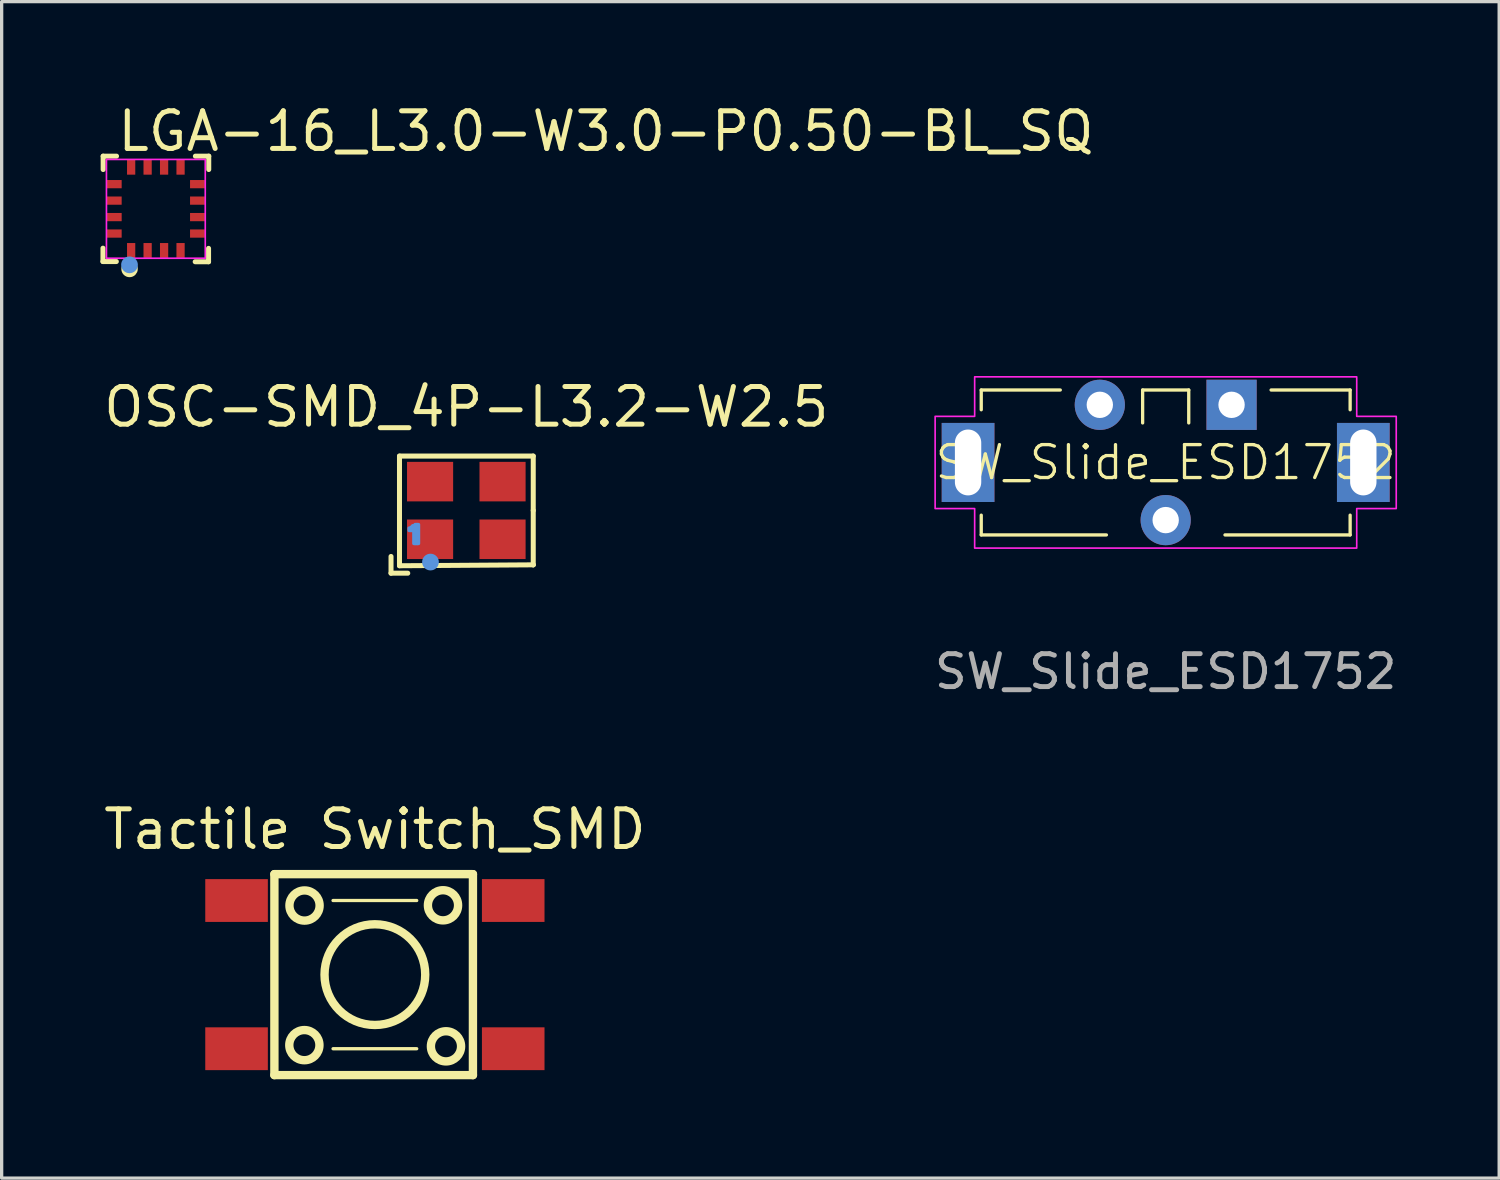
<source format=kicad_pcb>
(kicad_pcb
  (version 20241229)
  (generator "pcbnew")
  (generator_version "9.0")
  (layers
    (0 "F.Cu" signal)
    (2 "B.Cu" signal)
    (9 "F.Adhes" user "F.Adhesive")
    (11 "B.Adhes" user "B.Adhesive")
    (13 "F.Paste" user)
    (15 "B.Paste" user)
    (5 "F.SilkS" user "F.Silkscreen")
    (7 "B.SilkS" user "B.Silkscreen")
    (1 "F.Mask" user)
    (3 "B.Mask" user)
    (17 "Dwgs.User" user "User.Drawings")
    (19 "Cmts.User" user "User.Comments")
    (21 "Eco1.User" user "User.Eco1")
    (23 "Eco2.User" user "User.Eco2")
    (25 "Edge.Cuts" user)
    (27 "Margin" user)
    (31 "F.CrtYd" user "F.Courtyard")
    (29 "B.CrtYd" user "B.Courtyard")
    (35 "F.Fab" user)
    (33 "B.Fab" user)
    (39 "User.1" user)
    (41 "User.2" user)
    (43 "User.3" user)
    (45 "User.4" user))
  (footprint "OSC-SMD_4P-L3.2-W2.5"
    (layer "F.Cu")
    (at 11.108 12.448)
    (property "Reference" "OSC-SMD_4P-L3.2-W2.5" (at 0 -3.81 0) (layer "F.SilkS") (effects (font (size 1.143 1.143) (thickness 0.152)) (justify top)))
    (attr smd)
    (fp_line (start -2.286 1.397) (end -2.286 1.905) (stroke (width 0.152) (type solid)) (layer "F.SilkS"))
    (fp_line (start -2.286 1.905) (end -1.778 1.905) (stroke (width 0.152) (type solid)) (layer "F.SilkS"))
    (fp_line (start -2.029 -1.651) (end 2.032 -1.651) (stroke (width 0.152) (type solid)) (layer "F.SilkS"))
    (fp_line (start -2.029 1.679) (end -2.029 -1.651) (stroke (width 0.152) (type solid)) (layer "F.SilkS"))
    (fp_line (start 2.032 -1.651) (end 2.032 0) (stroke (width 0.152) (type solid)) (layer "F.SilkS"))
    (fp_line (start 2.032 0) (end 2.032 1.651) (stroke (width 0.152) (type solid)) (layer "F.SilkS"))
    (fp_line (start 2.032 1.651) (end -2.029 1.679) (stroke (width 0.152) (type solid)) (layer "F.SilkS"))
    (fp_line (start 2.032 1.651) (end 2.032 1.651) (stroke (width 0.152) (type solid)) (layer "F.SilkS"))
    (fp_circle (center -1.088 1.567) (end -0.961 1.567) (stroke (width 0.254) (type solid)) (fill no) (layer "Cmts.User"))
    (fp_poly (pts (xy -1.738 0.536) (xy -1.702 0.536) (xy -1.702 0.608) (xy -1.738 0.608)) (stroke (width 0.1) (type solid)) (fill no) (layer "Cmts.User"))
    (fp_poly (pts (xy -1.702 0.536) (xy -1.666 0.536) (xy -1.666 0.608) (xy -1.702 0.608)) (stroke (width 0.1) (type solid)) (fill no) (layer "Cmts.User"))
    (fp_poly (pts (xy -1.666 0.5) (xy -1.63 0.5) (xy -1.63 0.608) (xy -1.666 0.608)) (stroke (width 0.1) (type solid)) (fill no) (layer "Cmts.User"))
    (fp_poly (pts (xy -1.63 0.464) (xy -1.594 0.464) (xy -1.594 0.572) (xy -1.63 0.572)) (stroke (width 0.1) (type solid)) (fill no) (layer "Cmts.User"))
    (fp_poly (pts (xy -1.594 0.464) (xy -1.558 0.464) (xy -1.558 1.004) (xy -1.594 1.004)) (stroke (width 0.1) (type solid)) (fill no) (layer "Cmts.User"))
    (fp_poly (pts (xy -1.558 0.428) (xy -1.522 0.428) (xy -1.522 1.004) (xy -1.558 1.004)) (stroke (width 0.1) (type solid)) (fill no) (layer "Cmts.User"))
    (fp_poly (pts (xy -1.522 0.428) (xy -1.486 0.428) (xy -1.486 1.004) (xy -1.522 1.004)) (stroke (width 0.1) (type solid)) (fill no) (layer "Cmts.User"))
    (fp_poly (pts (xy -1.486 0.428) (xy -1.45 0.428) (xy -1.45 1.004) (xy -1.486 1.004)) (stroke (width 0.1) (type solid)) (fill no) (layer "Cmts.User"))
    (pad "1" smd rect (at -1.1 0.875) (size 1.4 1.2) (layers "F.Cu" "F.Mask" "F.Paste"))
    (pad "2" smd rect (at 1.1 0.875) (size 1.4 1.2) (layers "F.Cu" "F.Mask" "F.Paste"))
    (pad "3" smd rect (at 1.1 -0.875) (size 1.4 1.2) (layers "F.Cu" "F.Mask" "F.Paste"))
    (pad "4" smd rect (at -1.1 -0.875) (size 1.4 1.2) (layers "F.Cu" "F.Mask" "F.Paste")))
  (footprint "LGA-16_L3.0-W3.0-P0.50-BL_SQ"
    (layer "F.Cu")
    (at 1.682 3.291)
    (property "Reference" "LGA-16_L3.0-W3.0-P0.50-BL_SQ" (at -1.239 -2.355 0) (layer "F.SilkS") (effects (font (size 1.143 1.143) (thickness 0.152)) (justify left)))
    (attr smd)
    (fp_line (start -1.606 1.6) (end -1.606 1.194) (stroke (width 0.152) (type solid)) (layer "F.SilkS"))
    (fp_line (start -1.6 -1.6) (end -1.194 -1.6) (stroke (width 0.152) (type solid)) (layer "F.SilkS"))
    (fp_line (start -1.6 -1.194) (end -1.6 -1.6) (stroke (width 0.152) (type solid)) (layer "F.SilkS"))
    (fp_line (start -1.2 1.6) (end -1.606 1.6) (stroke (width 0.152) (type solid)) (layer "F.SilkS"))
    (fp_line (start 1.2 -1.6) (end 1.606 -1.6) (stroke (width 0.152) (type solid)) (layer "F.SilkS"))
    (fp_line (start 1.6 1.2) (end 1.6 1.606) (stroke (width 0.152) (type solid)) (layer "F.SilkS"))
    (fp_line (start 1.6 1.606) (end 1.194 1.606) (stroke (width 0.152) (type solid)) (layer "F.SilkS"))
    (fp_line (start 1.606 -1.6) (end 1.606 -1.194) (stroke (width 0.152) (type solid)) (layer "F.SilkS"))
    (fp_arc (start -0.797 1.7) (mid -0.79973 1.950014) (end -0.79954 1.699985) (stroke (width 0.25) (type solid)) (layer "F.SilkS"))
    (fp_circle (center -0.8 1.7) (end -0.673 1.7) (stroke (width 0.254) (type solid)) (fill no) (layer "Cmts.User"))
    (fp_rect (start -1.5 -1.5) (end 1.5 1.5) (stroke (width 0.05) (type default)) (fill no) (layer "F.CrtYd"))
    (pad "1" smd rect (at -0.75 1.263 180) (size 0.25 0.45) (layers "F.Cu" "F.Mask" "F.Paste"))
    (pad "2" smd rect (at -0.25 1.263 180) (size 0.25 0.45) (layers "F.Cu" "F.Mask" "F.Paste"))
    (pad "3" smd rect (at 0.25 1.263 180) (size 0.25 0.45) (layers "F.Cu" "F.Mask" "F.Paste"))
    (pad "4" smd rect (at 0.75 1.263 180) (size 0.25 0.45) (layers "F.Cu" "F.Mask" "F.Paste"))
    (pad "5" smd rect (at 1.263 0.75 90) (size 0.25 0.45) (layers "F.Cu" "F.Mask" "F.Paste"))
    (pad "6" smd rect (at 1.263 0.25 90) (size 0.25 0.45) (layers "F.Cu" "F.Mask" "F.Paste"))
    (pad "7" smd rect (at 1.263 -0.25 90) (size 0.25 0.45) (layers "F.Cu" "F.Mask" "F.Paste"))
    (pad "8" smd rect (at 1.263 -0.75 90) (size 0.25 0.45) (layers "F.Cu" "F.Mask" "F.Paste"))
    (pad "9" smd rect (at 0.75 -1.263 180) (size 0.25 0.45) (layers "F.Cu" "F.Mask" "F.Paste"))
    (pad "10" smd rect (at 0.25 -1.263 180) (size 0.25 0.45) (layers "F.Cu" "F.Mask" "F.Paste"))
    (pad "11" smd rect (at -0.25 -1.263 180) (size 0.25 0.45) (layers "F.Cu" "F.Mask" "F.Paste"))
    (pad "12" smd rect (at -0.75 -1.263 180) (size 0.25 0.45) (layers "F.Cu" "F.Mask" "F.Paste"))
    (pad "13" smd rect (at -1.263 -0.75 90) (size 0.25 0.45) (layers "F.Cu" "F.Mask" "F.Paste"))
    (pad "14" smd rect (at -1.263 -0.25 90) (size 0.25 0.45) (layers "F.Cu" "F.Mask" "F.Paste"))
    (pad "15" smd rect (at -1.263 0.25 90) (size 0.25 0.45) (layers "F.Cu" "F.Mask" "F.Paste"))
    (pad "16" smd rect (at -1.263 0.75 90) (size 0.25 0.45) (layers "F.Cu" "F.Mask" "F.Paste")))
  (footprint "SW_Slide_ESD1752"
    (layer "F.Cu")
    (at 32.342 10.991)
    (property "Reference" "SW_Slide_ESD1752" (at 0 0 0) (unlocked yes) (layer "F.SilkS") (effects (font (size 1 1) (thickness 0.1))))
    (attr through_hole)
    (fp_line (start -5.6 -2.2) (end -5.6 -1.6) (stroke (width 0.1) (type default)) (layer "F.SilkS"))
    (fp_line (start -5.6 -2.2) (end -3.2 -2.2) (stroke (width 0.1) (type default)) (layer "F.SilkS"))
    (fp_line (start -5.6 2.2) (end -5.6 1.6) (stroke (width 0.1) (type default)) (layer "F.SilkS"))
    (fp_line (start -1.8 2.2) (end -5.6 2.2) (stroke (width 0.1) (type default)) (layer "F.SilkS"))
    (fp_line (start -0.7 -1.2) (end -0.7 -2.2) (stroke (width 0.1) (type default)) (layer "F.SilkS"))
    (fp_line (start 0.7 -2.2) (end -0.7 -2.2) (stroke (width 0.1) (type default)) (layer "F.SilkS"))
    (fp_line (start 0.7 -1.2) (end 0.7 -2.2) (stroke (width 0.1) (type default)) (layer "F.SilkS"))
    (fp_line (start 3.2 -2.2) (end 5.6 -2.2) (stroke (width 0.1) (type default)) (layer "F.SilkS"))
    (fp_line (start 5.6 -2.2) (end 5.6 -1.6) (stroke (width 0.1) (type default)) (layer "F.SilkS"))
    (fp_line (start 5.6 2.2) (end 1.8 2.2) (stroke (width 0.1) (type default)) (layer "F.SilkS"))
    (fp_line (start 5.6 2.2) (end 5.6 1.6) (stroke (width 0.1) (type default)) (layer "F.SilkS"))
    (fp_poly (pts (xy 5.8 2.6) (xy -5.8 2.6) (xy -5.8 1.4) (xy -7 1.4) (xy -7 -1.4) (xy -5.8 -1.4) (xy -5.8 -2.6) (xy 5.8 -2.6) (xy 5.8 -1.4) (xy 7 -1.4) (xy 7 1.4) (xy 5.8 1.4)) (stroke (width 0.05) (type solid)) (fill no) (layer "F.CrtYd"))
    (fp_text user "${REFERENCE}" (at 0 6.35 0) (unlocked yes) (layer "F.Fab") (effects (font (size 1 1) (thickness 0.15))))
    (pad "" np_thru_hole rect (at -6 0) (size 1.6 2.4) (drill oval 0.8 2) (layers "*.Cu" "*.Mask"))
    (pad "" np_thru_hole rect (at 6 0) (size 1.6 2.4) (drill oval 0.8 2) (layers "*.Cu" "*.Mask"))
    (pad "1" thru_hole rect (at 2 -1.75) (size 1.524 1.524) (drill 0.8) (layers "*.Cu" "*.Mask"))
    (pad "2" thru_hole circle (at 0 1.75) (size 1.524 1.524) (drill 0.8) (layers "*.Cu" "*.Mask"))
    (pad "3" thru_hole circle (at -2 -1.75) (size 1.524 1.524) (drill 0.8) (layers "*.Cu" "*.Mask")))
  (footprint "Tactile Switch_SMD"
    (layer "F.Cu")
    (at 8.332 26.541)
    (property "Reference" "Tactile Switch_SMD" (at 0 -5.08 0) (layer "F.SilkS") (effects (font (size 1.143 1.143) (thickness 0.152)) (justify top)))
    (attr smd)
    (fp_line (start -3.051 -3.051) (end 2.977 -3.051) (stroke (width 0.254) (type solid)) (layer "F.SilkS"))
    (fp_line (start -3.051 3.051) (end -3.051 -3.051) (stroke (width 0.254) (type solid)) (layer "F.SilkS"))
    (fp_line (start -1.27 -2.25) (end 1.27 -2.25) (stroke (width 0.1) (type default)) (layer "F.SilkS"))
    (fp_line (start -1.27 2.25) (end 1.27 2.25) (stroke (width 0.1) (type default)) (layer "F.SilkS"))
    (fp_line (start 2.977 -3.051) (end 2.977 3.051) (stroke (width 0.254) (type solid)) (layer "F.SilkS"))
    (fp_line (start 2.977 3.051) (end -3.051 3.051) (stroke (width 0.254) (type solid)) (layer "F.SilkS"))
    (fp_circle (center -2.141 2.141) (end -1.683 2.141) (stroke (width 0.254) (type solid)) (fill no) (layer "F.SilkS"))
    (fp_circle (center -2.136 -2.098) (end -1.678 -2.098) (stroke (width 0.254) (type solid)) (fill no) (layer "F.SilkS"))
    (fp_circle (center 0 0) (end 1.529 0) (stroke (width 0.254) (type solid)) (fill no) (layer "F.SilkS"))
    (fp_circle (center 2.068 -2.105) (end 2.526 -2.105) (stroke (width 0.254) (type solid)) (fill no) (layer "F.SilkS"))
    (fp_circle (center 2.159 2.177) (end 2.617 2.177) (stroke (width 0.254) (type solid)) (fill no) (layer "F.SilkS"))
    (pad "1" smd rect (at -4.2 -2.25) (size 1.9 1.3) (layers "F.Cu" "F.Mask" "F.Paste"))
    (pad "2" smd rect (at 4.2 -2.25) (size 1.9 1.3) (layers "F.Cu" "F.Mask" "F.Paste"))
    (pad "3" smd rect (at -4.2 2.25) (size 1.9 1.3) (layers "F.Cu" "F.Mask" "F.Paste"))
    (pad "4" smd rect (at 4.2 2.25) (size 1.9 1.3) (layers "F.Cu" "F.Mask" "F.Paste")))
  (gr_rect
    (start -3 -3)
    (end 42.467 32.719)
    (stroke (width 0.1) (type default))
    (fill no)
    (layer "Edge.Cuts")))
</source>
